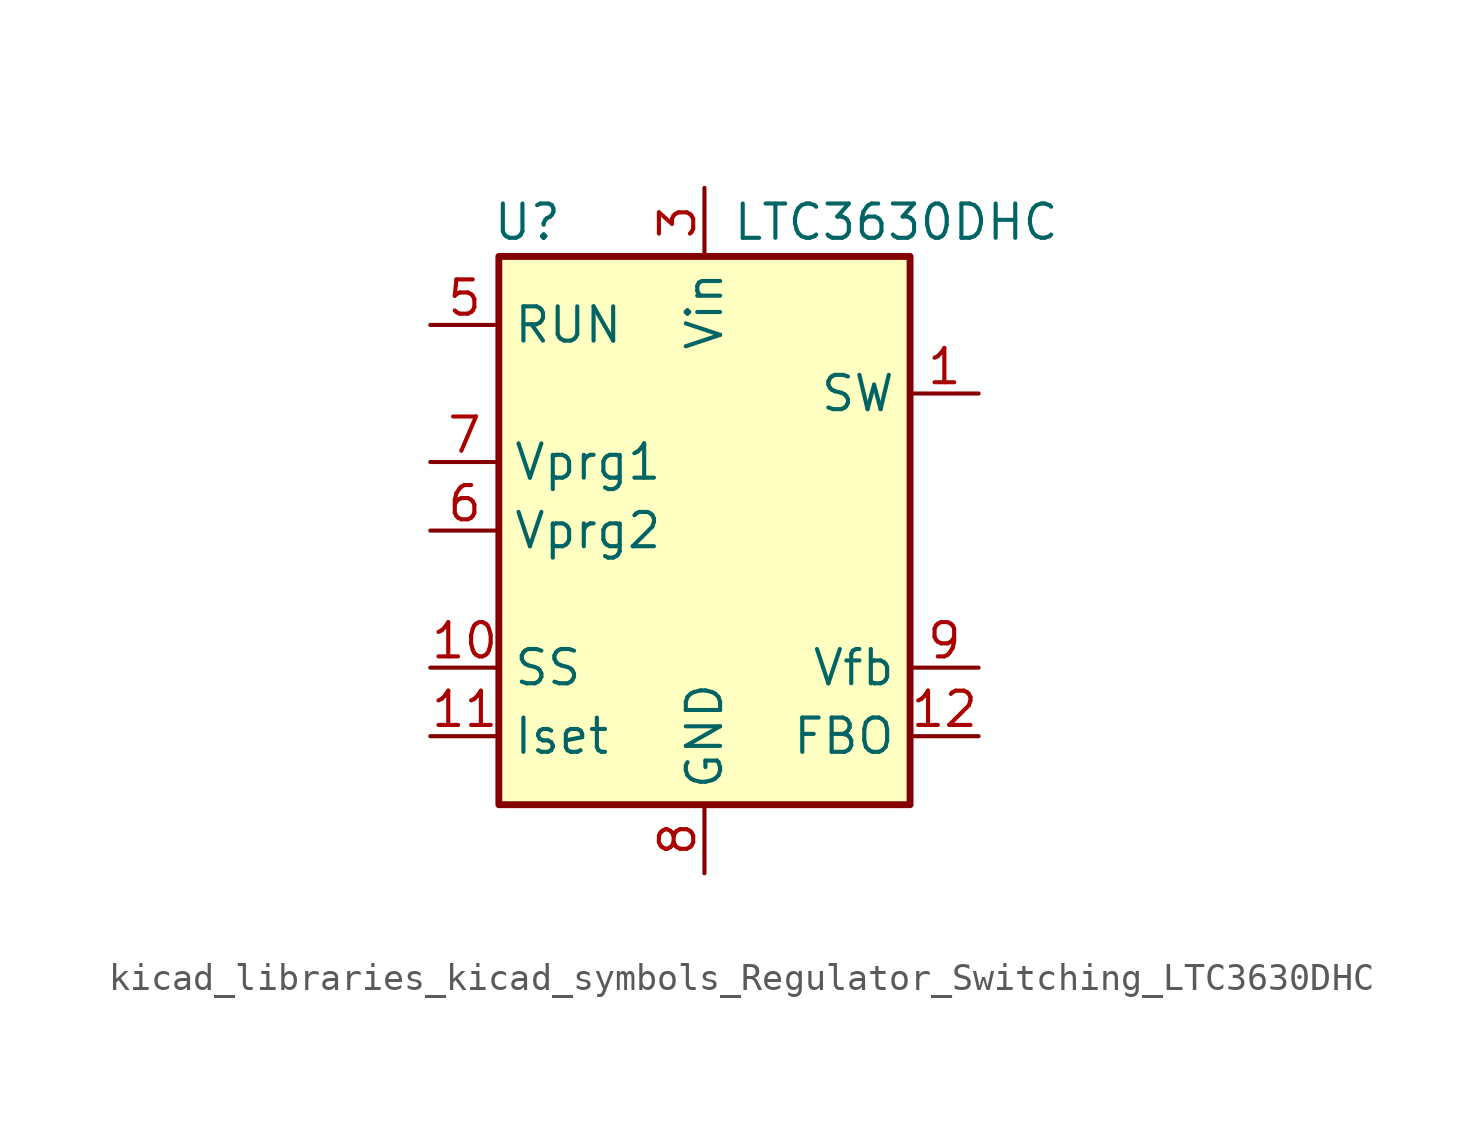
<source format=kicad_sym>
(kicad_symbol_lib
  (version 20220914)
  (generator kicad_symbol_editor)
  (symbol "kicad_libraries_kicad_symbols_Regulator_Switching_LTC3630DHC"
    (property "Reference" "U"
      (at -7.874 11.43 0)
      (effects (font (size 1.27 1.27)) (justify left)))
    (property "Value" "LTC3630DHC"
      (at 1.016 11.43 0)
      (effects (font (size 1.27 1.27)) (justify left)))
    (symbol "kicad_libraries_kicad_symbols_Regulator_Switching_LTC3630DHC_0_1"
      (rectangle (start -7.62 10.16) (end 7.62 -10.16) (stroke (width 0.254) (type default)) (fill (type background))))
    (symbol "kicad_libraries_kicad_symbols_Regulator_Switching_LTC3630DHC_1_1"
      (pin passive line (at 10.16 5.08 180) (length 2.54) (name "SW" (effects (font (size 1.27 1.27)))) (number "1" (effects (font (size 1.27 1.27)))))
      (pin passive line (at -10.16 -5.08 0) (length 2.54) (name "SS" (effects (font (size 1.27 1.27)))) (number "10" (effects (font (size 1.27 1.27)))))
      (pin passive line (at -10.16 -7.62 0) (length 2.54) (name "Iset" (effects (font (size 1.27 1.27)))) (number "11" (effects (font (size 1.27 1.27)))))
      (pin output line (at 10.16 -7.62 180) (length 2.54) (name "FBO" (effects (font (size 1.27 1.27)))) (number "12" (effects (font (size 1.27 1.27)))))
      (pin no_connect line (at 5.08 2.54 180) (length 2.54) hide (name "NC" (effects (font (size 1.27 1.27)))) (number "13" (effects (font (size 1.27 1.27)))))
      (pin passive line (at 0 -12.7 90) (length 2.54) hide (name "GND" (effects (font (size 1.27 1.27)))) (number "14" (effects (font (size 1.27 1.27)))))
      (pin no_connect line (at -5.08 5.08 0) (length 2.54) hide (name "NC" (effects (font (size 1.27 1.27)))) (number "15" (effects (font (size 1.27 1.27)))))
      (pin passive line (at 0 -12.7 90) (length 2.54) hide (name "GND" (effects (font (size 1.27 1.27)))) (number "16" (effects (font (size 1.27 1.27)))))
      (pin passive line (at 0 -12.7 90) (length 2.54) hide (name "GND" (effects (font (size 1.27 1.27)))) (number "17" (effects (font (size 1.27 1.27)))))
      (pin no_connect line (at 5.08 0 180) (length 2.54) hide (name "NC" (effects (font (size 1.27 1.27)))) (number "2" (effects (font (size 1.27 1.27)))))
      (pin power_in line (at 0 12.7 270) (length 2.54) (name "Vin" (effects (font (size 1.27 1.27)))) (number "3" (effects (font (size 1.27 1.27)))))
      (pin no_connect line (at 5.08 -2.54 180) (length 2.54) hide (name "NC" (effects (font (size 1.27 1.27)))) (number "4" (effects (font (size 1.27 1.27)))))
      (pin input line (at -10.16 7.62 0) (length 2.54) (name "RUN" (effects (font (size 1.27 1.27)))) (number "5" (effects (font (size 1.27 1.27)))))
      (pin input line (at -10.16 0 0) (length 2.54) (name "Vprg2" (effects (font (size 1.27 1.27)))) (number "6" (effects (font (size 1.27 1.27)))))
      (pin input line (at -10.16 2.54 0) (length 2.54) (name "Vprg1" (effects (font (size 1.27 1.27)))) (number "7" (effects (font (size 1.27 1.27)))))
      (pin power_in line (at 0 -12.7 90) (length 2.54) (name "GND" (effects (font (size 1.27 1.27)))) (number "8" (effects (font (size 1.27 1.27)))))
      (pin input line (at 10.16 -5.08 180) (length 2.54) (name "Vfb" (effects (font (size 1.27 1.27)))) (number "9" (effects (font (size 1.27 1.27))))))))
</source>
